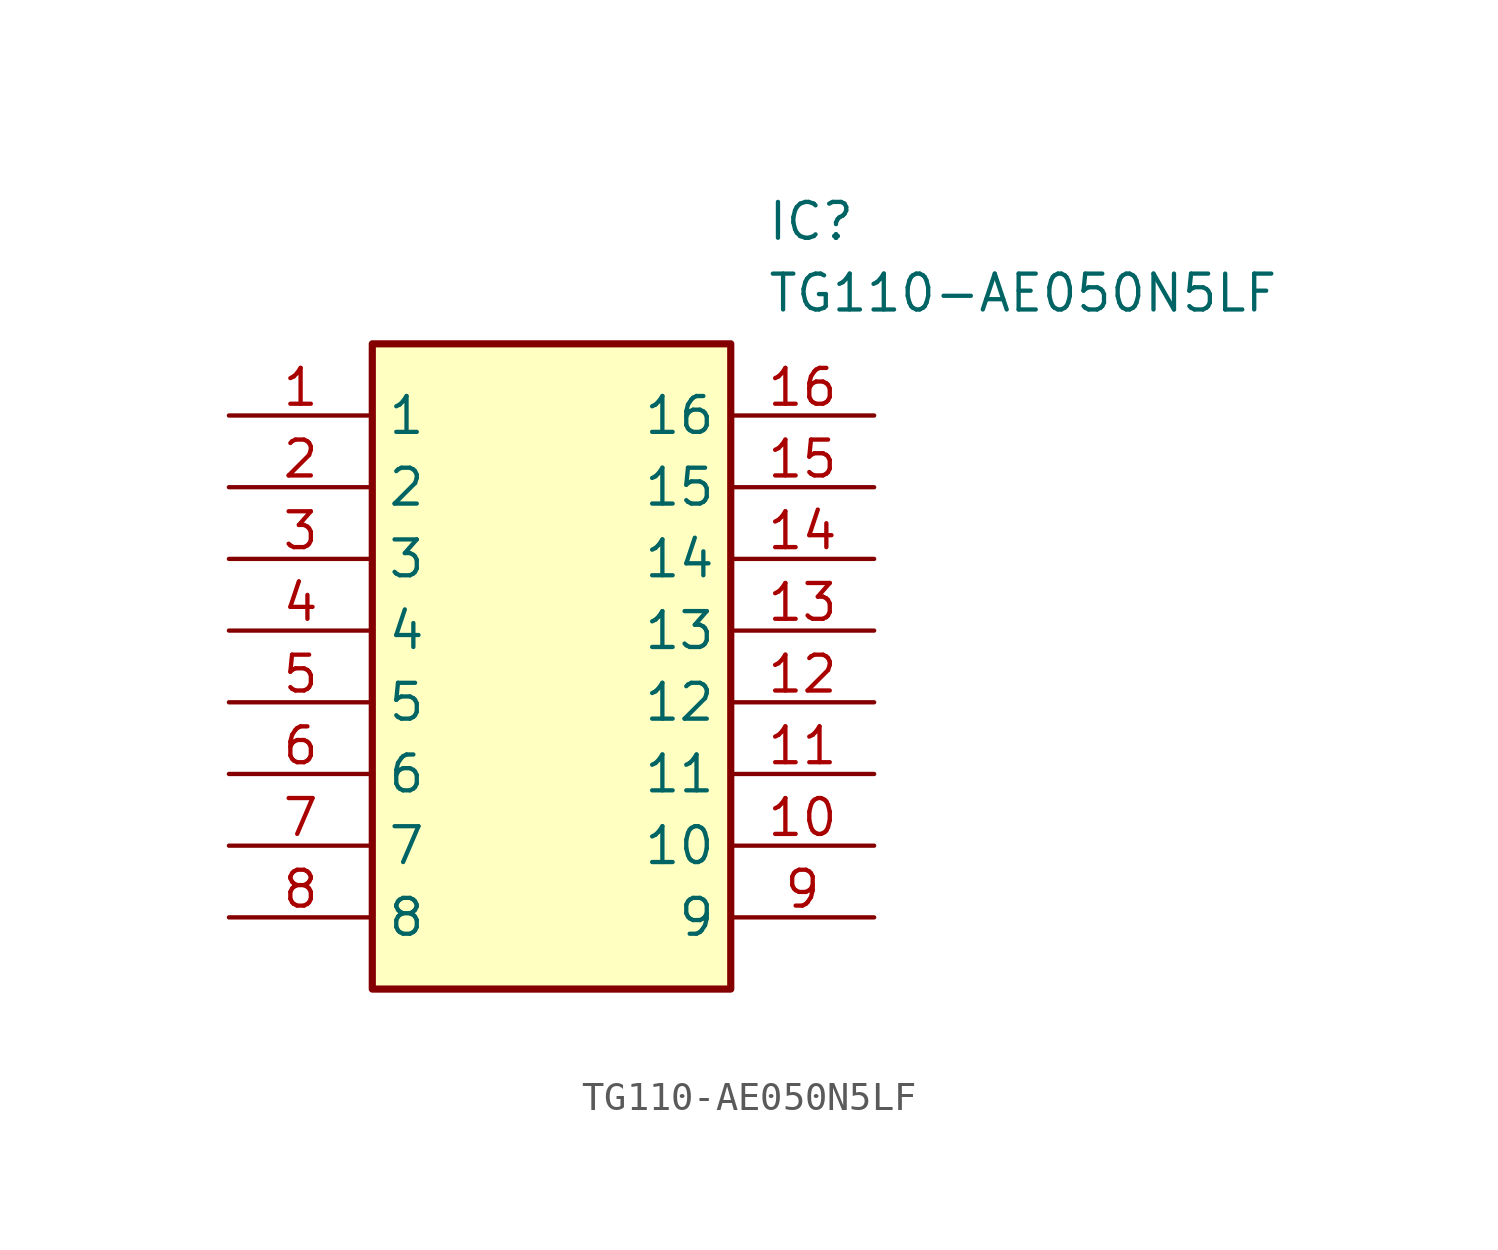
<source format=kicad_sym>
(kicad_symbol_lib
  (version 20211014)
  (generator SamacSys_ECAD_Model)
  (symbol "TG110-AE050N5LF"
    (property "Reference" "IC"
      (at 19.05 7.62 0)
      (effects (font (size 1.27 1.27)) (justify left top)))
    (property "Value" "TG110-AE050N5LF"
      (at 19.05 5.08 0)
      (effects (font (size 1.27 1.27)) (justify left top)))
    (rectangle
      (start 5.08 2.54)
      (end 17.78 -20.32)
      (stroke (width 0.254) (type default))
      (fill (type background)))
    (pin passive line
      (at 0 0 0)
      (length 5.08)
      (name "1" (effects (font (size 1.27 1.27))))
      (number "1" (effects (font (size 1.27 1.27)))))
    (pin passive line
      (at 0 -2.54 0)
      (length 5.08)
      (name "2" (effects (font (size 1.27 1.27))))
      (number "2" (effects (font (size 1.27 1.27)))))
    (pin passive line
      (at 0 -5.08 0)
      (length 5.08)
      (name "3" (effects (font (size 1.27 1.27))))
      (number "3" (effects (font (size 1.27 1.27)))))
    (pin passive line
      (at 0 -7.62 0)
      (length 5.08)
      (name "4" (effects (font (size 1.27 1.27))))
      (number "4" (effects (font (size 1.27 1.27)))))
    (pin passive line
      (at 0 -10.16 0)
      (length 5.08)
      (name "5" (effects (font (size 1.27 1.27))))
      (number "5" (effects (font (size 1.27 1.27)))))
    (pin passive line
      (at 0 -12.7 0)
      (length 5.08)
      (name "6" (effects (font (size 1.27 1.27))))
      (number "6" (effects (font (size 1.27 1.27)))))
    (pin passive line
      (at 0 -15.24 0)
      (length 5.08)
      (name "7" (effects (font (size 1.27 1.27))))
      (number "7" (effects (font (size 1.27 1.27)))))
    (pin passive line
      (at 0 -17.78 0)
      (length 5.08)
      (name "8" (effects (font (size 1.27 1.27))))
      (number "8" (effects (font (size 1.27 1.27)))))
    (pin passive line
      (at 22.86 0 180)
      (length 5.08)
      (name "16" (effects (font (size 1.27 1.27))))
      (number "16" (effects (font (size 1.27 1.27)))))
    (pin passive line
      (at 22.86 -2.54 180)
      (length 5.08)
      (name "15" (effects (font (size 1.27 1.27))))
      (number "15" (effects (font (size 1.27 1.27)))))
    (pin passive line
      (at 22.86 -5.08 180)
      (length 5.08)
      (name "14" (effects (font (size 1.27 1.27))))
      (number "14" (effects (font (size 1.27 1.27)))))
    (pin passive line
      (at 22.86 -7.62 180)
      (length 5.08)
      (name "13" (effects (font (size 1.27 1.27))))
      (number "13" (effects (font (size 1.27 1.27)))))
    (pin passive line
      (at 22.86 -10.16 180)
      (length 5.08)
      (name "12" (effects (font (size 1.27 1.27))))
      (number "12" (effects (font (size 1.27 1.27)))))
    (pin passive line
      (at 22.86 -12.7 180)
      (length 5.08)
      (name "11" (effects (font (size 1.27 1.27))))
      (number "11" (effects (font (size 1.27 1.27)))))
    (pin passive line
      (at 22.86 -15.24 180)
      (length 5.08)
      (name "10" (effects (font (size 1.27 1.27))))
      (number "10" (effects (font (size 1.27 1.27)))))
    (pin passive line
      (at 22.86 -17.78 180)
      (length 5.08)
      (name "9" (effects (font (size 1.27 1.27))))
      (number "9" (effects (font (size 1.27 1.27)))))))
</source>
